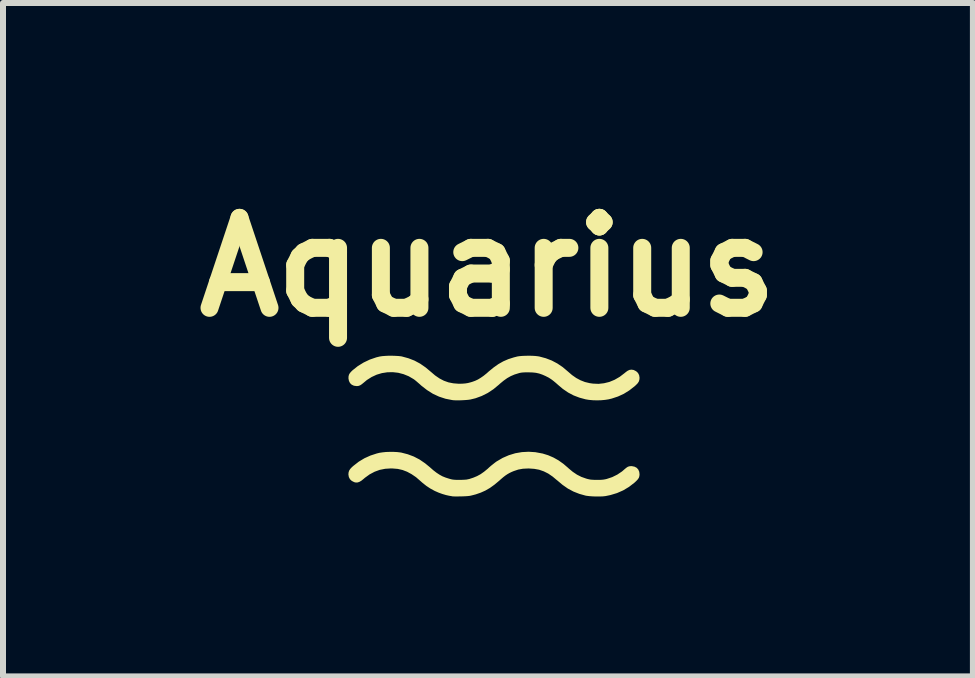
<source format=kicad_pcb>
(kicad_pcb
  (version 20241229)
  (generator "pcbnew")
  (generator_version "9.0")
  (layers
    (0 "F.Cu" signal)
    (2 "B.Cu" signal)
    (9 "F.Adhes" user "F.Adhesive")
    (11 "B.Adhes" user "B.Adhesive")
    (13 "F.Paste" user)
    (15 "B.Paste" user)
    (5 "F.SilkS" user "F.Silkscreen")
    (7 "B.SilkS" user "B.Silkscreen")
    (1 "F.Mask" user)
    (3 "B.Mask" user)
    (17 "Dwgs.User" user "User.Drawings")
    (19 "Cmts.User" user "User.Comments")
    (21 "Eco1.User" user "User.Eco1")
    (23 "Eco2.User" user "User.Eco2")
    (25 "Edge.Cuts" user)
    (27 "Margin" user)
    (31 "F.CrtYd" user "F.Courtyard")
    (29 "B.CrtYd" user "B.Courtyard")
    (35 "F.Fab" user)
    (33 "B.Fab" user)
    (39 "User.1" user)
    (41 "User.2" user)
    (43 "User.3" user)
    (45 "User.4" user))
  (footprint "Aquarius"
    (layer "F.Cu")
    (at 5.186 4.054)
    (property "Reference" "Aquarius" (at -0.1 -2.65 0) (layer "F.SilkS") (effects (font (size 1.5 1.5) (thickness 0.3))))
    (attr board_only exclude_from_pos_files exclude_from_bom)
    (fp_poly (pts (xy -1.644 -1.171) (xy -1.591 -1.168) (xy -1.547 -1.163) (xy -1.533 -1.16) (xy -1.427 -1.131) (xy -1.326 -1.092) (xy -1.231 -1.041) (xy -1.14 -0.978) (xy -1.055 -0.907) (xy -0.981 -0.844) (xy -0.908 -0.794) (xy -0.835 -0.756) (xy -0.759 -0.729) (xy -0.678 -0.713) (xy -0.592 -0.706) (xy -0.581 -0.706) (xy -0.525 -0.707) (xy -0.478 -0.711) (xy -0.434 -0.718) (xy -0.388 -0.73) (xy -0.364 -0.737) (xy -0.314 -0.755) (xy -0.267 -0.777) (xy -0.221 -0.805) (xy -0.172 -0.839) (xy -0.12 -0.881) (xy -0.088 -0.91) (xy -0.006 -0.977) (xy 0.073 -1.033) (xy 0.154 -1.079) (xy 0.239 -1.116) (xy 0.33 -1.145) (xy 0.392 -1.161) (xy 0.427 -1.166) (xy 0.473 -1.17) (xy 0.526 -1.172) (xy 0.581 -1.173) (xy 0.636 -1.172) (xy 0.688 -1.169) (xy 0.732 -1.164) (xy 0.756 -1.16) (xy 0.864 -1.131) (xy 0.963 -1.093) (xy 1.056 -1.044) (xy 1.145 -0.984) (xy 1.229 -0.913) (xy 1.301 -0.851) (xy 1.371 -0.802) (xy 1.442 -0.764) (xy 1.516 -0.735) (xy 1.595 -0.716) (xy 1.651 -0.708) (xy 1.743 -0.704) (xy 1.834 -0.714) (xy 1.924 -0.736) (xy 2.011 -0.772) (xy 2.096 -0.821) (xy 2.177 -0.883) (xy 2.185 -0.89) (xy 2.223 -0.919) (xy 2.257 -0.936) (xy 2.291 -0.941) (xy 2.326 -0.936) (xy 2.332 -0.934) (xy 2.371 -0.914) (xy 2.401 -0.886) (xy 2.42 -0.849) (xy 2.427 -0.807) (xy 2.427 -0.804) (xy 2.424 -0.772) (xy 2.415 -0.743) (xy 2.397 -0.715) (xy 2.369 -0.686) (xy 2.344 -0.663) (xy 2.255 -0.594) (xy 2.163 -0.537) (xy 2.067 -0.493) (xy 1.964 -0.459) (xy 1.91 -0.446) (xy 1.853 -0.437) (xy 1.788 -0.431) (xy 1.718 -0.429) (xy 1.648 -0.431) (xy 1.583 -0.437) (xy 1.528 -0.446) (xy 1.425 -0.474) (xy 1.328 -0.511) (xy 1.237 -0.559) (xy 1.149 -0.619) (xy 1.073 -0.683) (xy 1.031 -0.72) (xy 0.996 -0.749) (xy 0.965 -0.773) (xy 0.937 -0.792) (xy 0.908 -0.81) (xy 0.876 -0.826) (xy 0.863 -0.833) (xy 0.806 -0.858) (xy 0.754 -0.876) (xy 0.701 -0.888) (xy 0.645 -0.894) (xy 0.58 -0.896) (xy 0.567 -0.896) (xy 0.521 -0.896) (xy 0.484 -0.894) (xy 0.454 -0.891) (xy 0.428 -0.886) (xy 0.411 -0.881) (xy 0.343 -0.86) (xy 0.28 -0.833) (xy 0.221 -0.8) (xy 0.162 -0.758) (xy 0.1 -0.707) (xy 0.083 -0.691) (xy -0.009 -0.615) (xy -0.104 -0.552) (xy -0.204 -0.502) (xy -0.308 -0.464) (xy -0.394 -0.443) (xy -0.43 -0.438) (xy -0.476 -0.434) (xy -0.527 -0.431) (xy -0.58 -0.429) (xy -0.63 -0.429) (xy -0.673 -0.431) (xy -0.698 -0.434) (xy -0.809 -0.456) (xy -0.916 -0.491) (xy -1.019 -0.539) (xy -1.117 -0.601) (xy -1.212 -0.675) (xy -1.237 -0.698) (xy -1.266 -0.723) (xy -1.295 -0.748) (xy -1.322 -0.77) (xy -1.34 -0.783) (xy -1.422 -0.831) (xy -1.509 -0.866) (xy -1.598 -0.889) (xy -1.688 -0.899) (xy -1.779 -0.897) (xy -1.869 -0.883) (xy -1.956 -0.857) (xy -2.04 -0.818) (xy -2.119 -0.768) (xy -2.173 -0.723) (xy -2.205 -0.697) (xy -2.231 -0.68) (xy -2.257 -0.67) (xy -2.284 -0.667) (xy -2.291 -0.667) (xy -2.335 -0.673) (xy -2.372 -0.69) (xy -2.4 -0.717) (xy -2.418 -0.753) (xy -2.426 -0.794) (xy -2.425 -0.827) (xy -2.418 -0.856) (xy -2.402 -0.884) (xy -2.376 -0.913) (xy -2.357 -0.931) (xy -2.269 -1.001) (xy -2.173 -1.06) (xy -2.07 -1.109) (xy -1.962 -1.146) (xy -1.905 -1.16) (xy -1.865 -1.166) (xy -1.815 -1.17) (xy -1.759 -1.173) (xy -1.701 -1.173)) (stroke (width 0) (type solid)) (fill yes) (layer "F.SilkS"))
    (fp_poly (pts (xy 0.689 0.435) (xy 0.802 0.456) (xy 0.809 0.457) (xy 0.903 0.486) (xy 0.991 0.524) (xy 1.075 0.571) (xy 1.158 0.63) (xy 1.241 0.701) (xy 1.242 0.703) (xy 1.313 0.762) (xy 1.384 0.81) (xy 1.457 0.847) (xy 1.536 0.875) (xy 1.557 0.881) (xy 1.587 0.888) (xy 1.615 0.893) (xy 1.645 0.895) (xy 1.681 0.897) (xy 1.719 0.897) (xy 1.764 0.897) (xy 1.799 0.895) (xy 1.828 0.892) (xy 1.856 0.887) (xy 1.881 0.881) (xy 1.971 0.851) (xy 2.056 0.809) (xy 2.135 0.756) (xy 2.173 0.723) (xy 2.204 0.697) (xy 2.229 0.68) (xy 2.253 0.671) (xy 2.279 0.668) (xy 2.3 0.668) (xy 2.344 0.677) (xy 2.38 0.696) (xy 2.406 0.725) (xy 2.422 0.762) (xy 2.427 0.805) (xy 2.424 0.834) (xy 2.416 0.861) (xy 2.399 0.887) (xy 2.373 0.915) (xy 2.343 0.943) (xy 2.251 1.014) (xy 2.154 1.072) (xy 2.051 1.117) (xy 1.942 1.15) (xy 1.86 1.167) (xy 1.815 1.172) (xy 1.762 1.174) (xy 1.703 1.174) (xy 1.645 1.172) (xy 1.59 1.168) (xy 1.542 1.162) (xy 1.526 1.159) (xy 1.423 1.13) (xy 1.326 1.092) (xy 1.232 1.042) (xy 1.142 0.979) (xy 1.053 0.904) (xy 1.052 0.904) (xy 0.978 0.842) (xy 0.905 0.792) (xy 0.831 0.755) (xy 0.754 0.728) (xy 0.672 0.713) (xy 0.584 0.707) (xy 0.567 0.707) (xy 0.483 0.711) (xy 0.405 0.725) (xy 0.33 0.75) (xy 0.294 0.765) (xy 0.257 0.783) (xy 0.224 0.802) (xy 0.191 0.824) (xy 0.156 0.851) (xy 0.116 0.885) (xy 0.086 0.912) (xy 0.008 0.977) (xy -0.067 1.031) (xy -0.143 1.075) (xy -0.221 1.11) (xy -0.305 1.139) (xy -0.371 1.156) (xy -0.402 1.163) (xy -0.437 1.167) (xy -0.479 1.17) (xy -0.531 1.172) (xy -0.55 1.172) (xy -0.591 1.173) (xy -0.627 1.173) (xy -0.658 1.173) (xy -0.679 1.172) (xy -0.688 1.172) (xy -0.704 1.169) (xy -0.727 1.165) (xy -0.746 1.162) (xy -0.8 1.15) (xy -0.861 1.132) (xy -0.922 1.11) (xy -0.979 1.085) (xy -0.992 1.079) (xy -1.063 1.04) (xy -1.128 0.997) (xy -1.191 0.947) (xy -1.225 0.917) (xy -1.3 0.852) (xy -1.375 0.801) (xy -1.449 0.761) (xy -1.525 0.732) (xy -1.604 0.714) (xy -1.688 0.707) (xy -1.719 0.706) (xy -1.814 0.712) (xy -1.905 0.73) (xy -1.99 0.761) (xy -2.073 0.805) (xy -2.152 0.862) (xy -2.175 0.882) (xy -2.214 0.913) (xy -2.248 0.932) (xy -2.28 0.941) (xy -2.311 0.94) (xy -2.332 0.934) (xy -2.371 0.914) (xy -2.401 0.886) (xy -2.42 0.849) (xy -2.427 0.807) (xy -2.427 0.803) (xy -2.424 0.772) (xy -2.415 0.743) (xy -2.397 0.715) (xy -2.369 0.685) (xy -2.344 0.663) (xy -2.254 0.593) (xy -2.159 0.536) (xy -2.059 0.491) (xy -1.952 0.456) (xy -1.906 0.445) (xy -1.858 0.438) (xy -1.801 0.432) (xy -1.739 0.43) (xy -1.676 0.43) (xy -1.616 0.433) (xy -1.564 0.439) (xy -1.545 0.442) (xy -1.437 0.47) (xy -1.336 0.508) (xy -1.24 0.558) (xy -1.148 0.621) (xy -1.07 0.685) (xy -1.012 0.736) (xy -0.959 0.777) (xy -0.909 0.81) (xy -0.86 0.837) (xy -0.808 0.858) (xy -0.752 0.876) (xy -0.745 0.878) (xy -0.717 0.886) (xy -0.693 0.891) (xy -0.669 0.894) (xy -0.642 0.896) (xy -0.608 0.897) (xy -0.571 0.897) (xy -0.524 0.896) (xy -0.488 0.894) (xy -0.459 0.892) (xy -0.434 0.887) (xy -0.411 0.882) (xy -0.344 0.86) (xy -0.282 0.834) (xy -0.223 0.802) (xy -0.165 0.761) (xy -0.104 0.711) (xy -0.083 0.691) (xy -0.051 0.663) (xy -0.016 0.635) (xy 0.017 0.609) (xy 0.044 0.589) (xy 0.045 0.589) (xy 0.144 0.531) (xy 0.247 0.486) (xy 0.355 0.453) (xy 0.465 0.434) (xy 0.577 0.428)) (stroke (width 0) (type solid)) (fill yes) (layer "F.SilkS")))
  (gr_rect
    (start -3 -3)
    (end 13.171 8.228)
    (stroke (width 0.1) (type default))
    (fill no)
    (layer "Edge.Cuts")))
</source>
